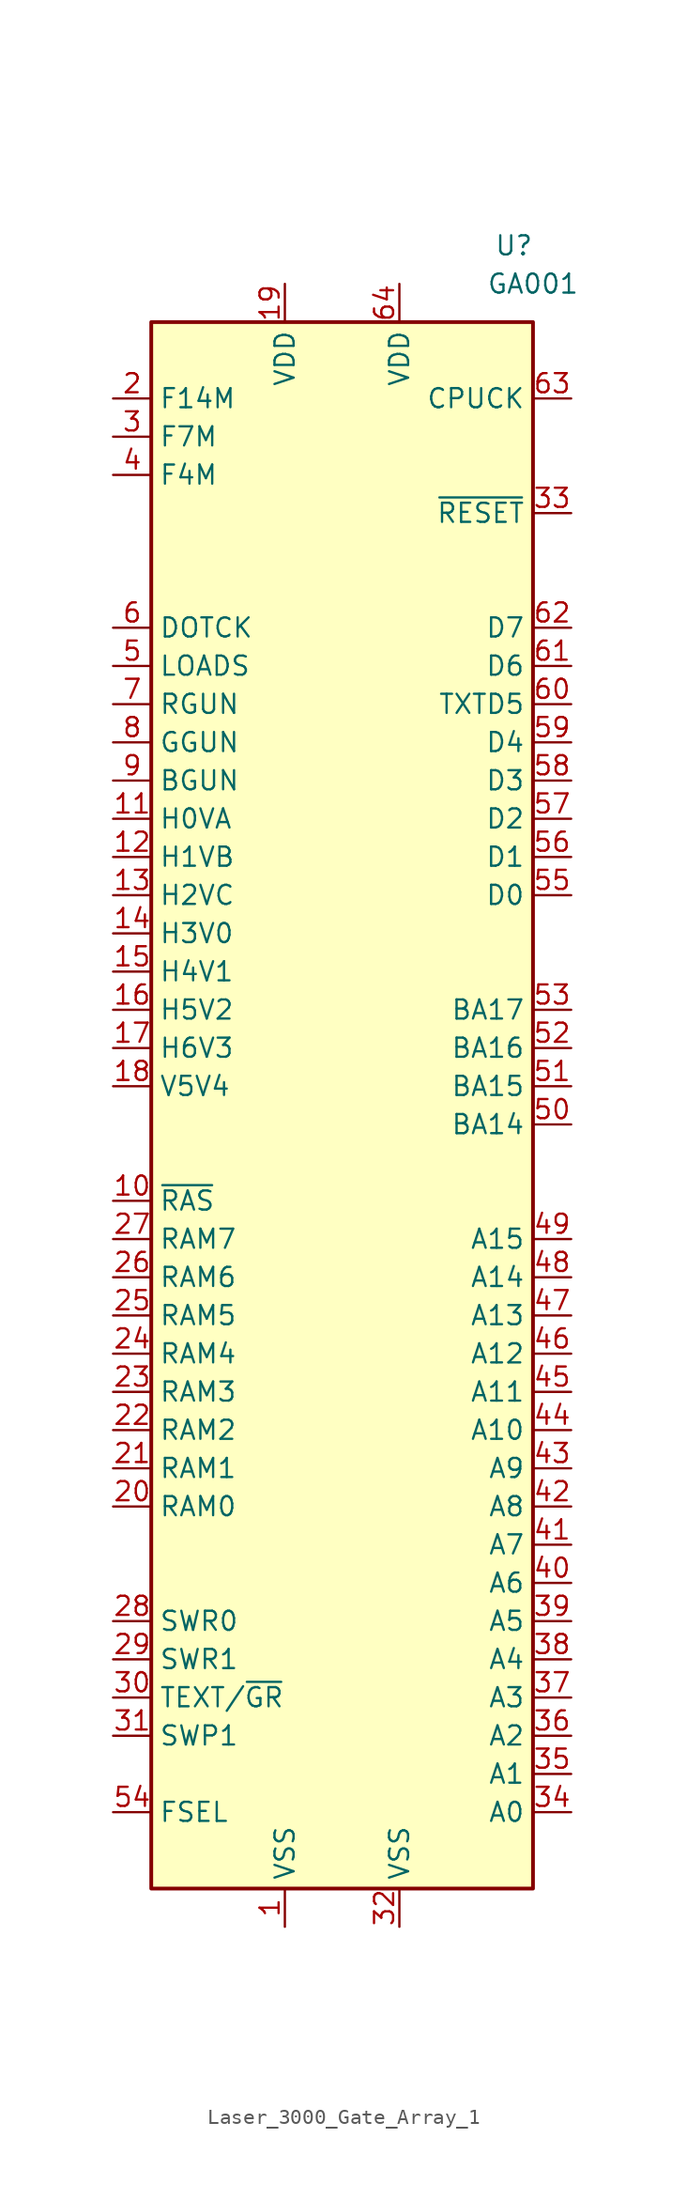
<source format=kicad_sym>
(kicad_symbol_lib
  (version 20220914)
  (generator kicad_symbol_editor)
  (symbol "Laser_3000_Gate_Array_1"
    (property "Reference" "U"
      (at 11.43 1.27 0)
      (effects (font (size 1.27 1.27))))
    (property "Value" "GA001"
      (at 12.7 -1.27 0)
      (effects (font (size 1.27 1.27))))
    (symbol "Laser_3000_Gate_Array_1_1_1"
      (rectangle (start -12.7 -3.81) (end 12.7 -107.95) (stroke (width 0.25) (type default)) (fill (type background)))
      (pin power_in line (at -3.81 -110.49 90) (length 2.54) (name "VSS" (effects (font (size 1.27 1.27)))) (number "1" (effects (font (size 1.27 1.27)))))
      (pin output line (at -15.24 -62.23 0) (length 2.54) (name "~{RAS}" (effects (font (size 1.27 1.27)))) (number "10" (effects (font (size 1.27 1.27)))))
      (pin output line (at -15.24 -36.83 0) (length 2.54) (name "H0VA" (effects (font (size 1.27 1.27)))) (number "11" (effects (font (size 1.27 1.27)))))
      (pin output line (at -15.24 -39.37 0) (length 2.54) (name "H1VB" (effects (font (size 1.27 1.27)))) (number "12" (effects (font (size 1.27 1.27)))))
      (pin output line (at -15.24 -41.91 0) (length 2.54) (name "H2VC" (effects (font (size 1.27 1.27)))) (number "13" (effects (font (size 1.27 1.27)))))
      (pin output line (at -15.24 -44.45 0) (length 2.54) (name "H3V0" (effects (font (size 1.27 1.27)))) (number "14" (effects (font (size 1.27 1.27)))))
      (pin output line (at -15.24 -46.99 0) (length 2.54) (name "H4V1" (effects (font (size 1.27 1.27)))) (number "15" (effects (font (size 1.27 1.27)))))
      (pin output line (at -15.24 -49.53 0) (length 2.54) (name "H5V2" (effects (font (size 1.27 1.27)))) (number "16" (effects (font (size 1.27 1.27)))))
      (pin output line (at -15.24 -52.07 0) (length 2.54) (name "H6V3" (effects (font (size 1.27 1.27)))) (number "17" (effects (font (size 1.27 1.27)))))
      (pin output line (at -15.24 -54.61 0) (length 2.54) (name "V5V4" (effects (font (size 1.27 1.27)))) (number "18" (effects (font (size 1.27 1.27)))))
      (pin power_in line (at -3.81 -1.27 270) (length 2.54) (name "VDD" (effects (font (size 1.27 1.27)))) (number "19" (effects (font (size 1.27 1.27)))))
      (pin input line (at -15.24 -8.89 0) (length 2.54) (name "F14M" (effects (font (size 1.27 1.27)))) (number "2" (effects (font (size 1.27 1.27)))))
      (pin output line (at -15.24 -82.55 0) (length 2.54) (name "RAM0" (effects (font (size 1.27 1.27)))) (number "20" (effects (font (size 1.27 1.27)))))
      (pin output line (at -15.24 -80.01 0) (length 2.54) (name "RAM1" (effects (font (size 1.27 1.27)))) (number "21" (effects (font (size 1.27 1.27)))))
      (pin output line (at -15.24 -77.47 0) (length 2.54) (name "RAM2" (effects (font (size 1.27 1.27)))) (number "22" (effects (font (size 1.27 1.27)))))
      (pin output line (at -15.24 -74.93 0) (length 2.54) (name "RAM3" (effects (font (size 1.27 1.27)))) (number "23" (effects (font (size 1.27 1.27)))))
      (pin output line (at -15.24 -72.39 0) (length 2.54) (name "RAM4" (effects (font (size 1.27 1.27)))) (number "24" (effects (font (size 1.27 1.27)))))
      (pin output line (at -15.24 -69.85 0) (length 2.54) (name "RAM5" (effects (font (size 1.27 1.27)))) (number "25" (effects (font (size 1.27 1.27)))))
      (pin output line (at -15.24 -67.31 0) (length 2.54) (name "RAM6" (effects (font (size 1.27 1.27)))) (number "26" (effects (font (size 1.27 1.27)))))
      (pin output line (at -15.24 -64.77 0) (length 2.54) (name "RAM7" (effects (font (size 1.27 1.27)))) (number "27" (effects (font (size 1.27 1.27)))))
      (pin output line (at -15.24 -90.17 0) (length 2.54) (name "SWR0" (effects (font (size 1.27 1.27)))) (number "28" (effects (font (size 1.27 1.27)))))
      (pin output line (at -15.24 -92.71 0) (length 2.54) (name "SWR1" (effects (font (size 1.27 1.27)))) (number "29" (effects (font (size 1.27 1.27)))))
      (pin input line (at -15.24 -11.43 0) (length 2.54) (name "F7M" (effects (font (size 1.27 1.27)))) (number "3" (effects (font (size 1.27 1.27)))))
      (pin output line (at -15.24 -95.25 0) (length 2.54) (name "TEXT/~{GR}" (effects (font (size 1.27 1.27)))) (number "30" (effects (font (size 1.27 1.27)))))
      (pin output line (at -15.24 -97.79 0) (length 2.54) (name "SWP1" (effects (font (size 1.27 1.27)))) (number "31" (effects (font (size 1.27 1.27)))))
      (pin power_in line (at 3.81 -110.49 90) (length 2.54) (name "VSS" (effects (font (size 1.27 1.27)))) (number "32" (effects (font (size 1.27 1.27)))))
      (pin input line (at 15.24 -16.51 180) (length 2.54) (name "~{RESET}" (effects (font (size 1.27 1.27)))) (number "33" (effects (font (size 1.27 1.27)))))
      (pin input line (at 15.24 -102.87 180) (length 2.54) (name "A0" (effects (font (size 1.27 1.27)))) (number "34" (effects (font (size 1.27 1.27)))))
      (pin input line (at 15.24 -100.33 180) (length 2.54) (name "A1" (effects (font (size 1.27 1.27)))) (number "35" (effects (font (size 1.27 1.27)))))
      (pin input line (at 15.24 -97.79 180) (length 2.54) (name "A2" (effects (font (size 1.27 1.27)))) (number "36" (effects (font (size 1.27 1.27)))))
      (pin input line (at 15.24 -95.25 180) (length 2.54) (name "A3" (effects (font (size 1.27 1.27)))) (number "37" (effects (font (size 1.27 1.27)))))
      (pin input line (at 15.24 -92.71 180) (length 2.54) (name "A4" (effects (font (size 1.27 1.27)))) (number "38" (effects (font (size 1.27 1.27)))))
      (pin input line (at 15.24 -90.17 180) (length 2.54) (name "A5" (effects (font (size 1.27 1.27)))) (number "39" (effects (font (size 1.27 1.27)))))
      (pin input line (at -15.24 -13.97 0) (length 2.54) (name "F4M" (effects (font (size 1.27 1.27)))) (number "4" (effects (font (size 1.27 1.27)))))
      (pin input line (at 15.24 -87.63 180) (length 2.54) (name "A6" (effects (font (size 1.27 1.27)))) (number "40" (effects (font (size 1.27 1.27)))))
      (pin input line (at 15.24 -85.09 180) (length 2.54) (name "A7" (effects (font (size 1.27 1.27)))) (number "41" (effects (font (size 1.27 1.27)))))
      (pin input line (at 15.24 -82.55 180) (length 2.54) (name "A8" (effects (font (size 1.27 1.27)))) (number "42" (effects (font (size 1.27 1.27)))))
      (pin input line (at 15.24 -80.01 180) (length 2.54) (name "A9" (effects (font (size 1.27 1.27)))) (number "43" (effects (font (size 1.27 1.27)))))
      (pin input line (at 15.24 -77.47 180) (length 2.54) (name "A10" (effects (font (size 1.27 1.27)))) (number "44" (effects (font (size 1.27 1.27)))))
      (pin input line (at 15.24 -74.93 180) (length 2.54) (name "A11" (effects (font (size 1.27 1.27)))) (number "45" (effects (font (size 1.27 1.27)))))
      (pin input line (at 15.24 -72.39 180) (length 2.54) (name "A12" (effects (font (size 1.27 1.27)))) (number "46" (effects (font (size 1.27 1.27)))))
      (pin input line (at 15.24 -69.85 180) (length 2.54) (name "A13" (effects (font (size 1.27 1.27)))) (number "47" (effects (font (size 1.27 1.27)))))
      (pin input line (at 15.24 -67.31 180) (length 2.54) (name "A14" (effects (font (size 1.27 1.27)))) (number "48" (effects (font (size 1.27 1.27)))))
      (pin input line (at 15.24 -64.77 180) (length 2.54) (name "A15" (effects (font (size 1.27 1.27)))) (number "49" (effects (font (size 1.27 1.27)))))
      (pin output line (at -15.24 -26.67 0) (length 2.54) (name "LOADS" (effects (font (size 1.27 1.27)))) (number "5" (effects (font (size 1.27 1.27)))))
      (pin output line (at 15.24 -57.15 180) (length 2.54) (name "BA14" (effects (font (size 1.27 1.27)))) (number "50" (effects (font (size 1.27 1.27)))))
      (pin output line (at 15.24 -54.61 180) (length 2.54) (name "BA15" (effects (font (size 1.27 1.27)))) (number "51" (effects (font (size 1.27 1.27)))))
      (pin output line (at 15.24 -52.07 180) (length 2.54) (name "BA16" (effects (font (size 1.27 1.27)))) (number "52" (effects (font (size 1.27 1.27)))))
      (pin output line (at 15.24 -49.53 180) (length 2.54) (name "BA17" (effects (font (size 1.27 1.27)))) (number "53" (effects (font (size 1.27 1.27)))))
      (pin input line (at -15.24 -102.87 0) (length 2.54) (name "FSEL" (effects (font (size 1.27 1.27)))) (number "54" (effects (font (size 1.27 1.27)))))
      (pin bidirectional line (at 15.24 -41.91 180) (length 2.54) (name "D0" (effects (font (size 1.27 1.27)))) (number "55" (effects (font (size 1.27 1.27)))))
      (pin bidirectional line (at 15.24 -39.37 180) (length 2.54) (name "D1" (effects (font (size 1.27 1.27)))) (number "56" (effects (font (size 1.27 1.27)))))
      (pin bidirectional line (at 15.24 -36.83 180) (length 2.54) (name "D2" (effects (font (size 1.27 1.27)))) (number "57" (effects (font (size 1.27 1.27)))))
      (pin bidirectional line (at 15.24 -34.29 180) (length 2.54) (name "D3" (effects (font (size 1.27 1.27)))) (number "58" (effects (font (size 1.27 1.27)))))
      (pin bidirectional line (at 15.24 -31.75 180) (length 2.54) (name "D4" (effects (font (size 1.27 1.27)))) (number "59" (effects (font (size 1.27 1.27)))))
      (pin output line (at -15.24 -24.13 0) (length 2.54) (name "DOTCK" (effects (font (size 1.27 1.27)))) (number "6" (effects (font (size 1.27 1.27)))))
      (pin bidirectional line (at 15.24 -29.21 180) (length 2.54) (name "TXTD5" (effects (font (size 1.27 1.27)))) (number "60" (effects (font (size 1.27 1.27)))))
      (pin bidirectional line (at 15.24 -26.67 180) (length 2.54) (name "D6" (effects (font (size 1.27 1.27)))) (number "61" (effects (font (size 1.27 1.27)))))
      (pin bidirectional line (at 15.24 -24.13 180) (length 2.54) (name "D7" (effects (font (size 1.27 1.27)))) (number "62" (effects (font (size 1.27 1.27)))))
      (pin input line (at 15.24 -8.89 180) (length 2.54) (name "CPUCK" (effects (font (size 1.27 1.27)))) (number "63" (effects (font (size 1.27 1.27)))))
      (pin power_in line (at 3.81 -1.27 270) (length 2.54) (name "VDD" (effects (font (size 1.27 1.27)))) (number "64" (effects (font (size 1.27 1.27)))))
      (pin output line (at -15.24 -29.21 0) (length 2.54) (name "RGUN" (effects (font (size 1.27 1.27)))) (number "7" (effects (font (size 1.27 1.27)))))
      (pin output line (at -15.24 -31.75 0) (length 2.54) (name "GGUN" (effects (font (size 1.27 1.27)))) (number "8" (effects (font (size 1.27 1.27)))))
      (pin output line (at -15.24 -34.29 0) (length 2.54) (name "BGUN" (effects (font (size 1.27 1.27)))) (number "9" (effects (font (size 1.27 1.27))))))))
</source>
